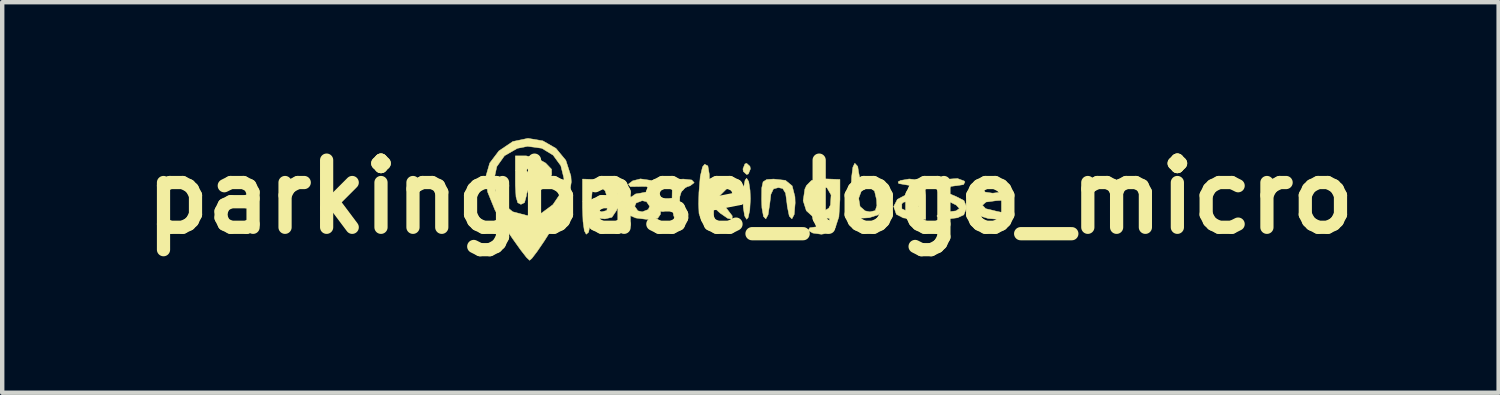
<source format=kicad_pcb>
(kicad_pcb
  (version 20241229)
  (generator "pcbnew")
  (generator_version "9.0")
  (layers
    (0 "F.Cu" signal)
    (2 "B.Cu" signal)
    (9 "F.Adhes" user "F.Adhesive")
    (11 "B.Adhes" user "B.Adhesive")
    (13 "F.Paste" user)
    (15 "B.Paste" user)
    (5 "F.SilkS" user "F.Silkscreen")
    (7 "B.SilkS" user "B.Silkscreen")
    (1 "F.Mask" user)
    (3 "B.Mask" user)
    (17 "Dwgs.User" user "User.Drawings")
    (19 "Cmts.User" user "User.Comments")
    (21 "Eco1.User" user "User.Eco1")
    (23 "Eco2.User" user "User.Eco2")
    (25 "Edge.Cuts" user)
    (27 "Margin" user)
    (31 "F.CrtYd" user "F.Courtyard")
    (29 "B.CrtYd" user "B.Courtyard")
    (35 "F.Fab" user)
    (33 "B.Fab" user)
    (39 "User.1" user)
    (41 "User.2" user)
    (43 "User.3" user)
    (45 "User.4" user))
  (footprint "parkingbase_logo_micro"
    (layer "F.Cu")
    (at 13.977 1.418)
    (property "Reference" "parkingbase_logo_micro" (at 0 0 0) (layer "F.SilkS") (effects (font (size 1.524 1.524) (thickness 0.3))))
    (attr through_hole)
    (fp_poly (pts (xy -0.01 -0.693) (xy 0 -0.635) (xy -0.046 -0.522) (xy -0.085 -0.508) (xy -0.16 -0.577) (xy -0.169 -0.635) (xy -0.124 -0.748) (xy -0.085 -0.762) (xy -0.01 -0.693)) (stroke (width 0.01) (type solid)) (fill yes) (layer "F.SilkS"))
    (fp_poly (pts (xy -0.038 -0.347) (xy -0.008 -0.149) (xy 0 0.042) (xy -0.014 0.297) (xy -0.05 0.466) (xy -0.085 0.508) (xy -0.131 0.431) (xy -0.162 0.234) (xy -0.169 0.042) (xy -0.155 -0.213) (xy -0.12 -0.382) (xy -0.085 -0.423) (xy -0.038 -0.347)) (stroke (width 0.01) (type solid)) (fill yes) (layer "F.SilkS"))
    (fp_poly (pts (xy -1.331 -0.384) (xy -1.275 -0.324) (xy -1.368 -0.252) (xy -1.439 -0.229) (xy -1.553 -0.162) (xy -1.601 -0.008) (xy -1.609 0.161) (xy -1.627 0.376) (xy -1.673 0.498) (xy -1.693 0.508) (xy -1.74 0.432) (xy -1.771 0.235) (xy -1.778 0.055) (xy -1.773 -0.206) (xy -1.743 -0.342) (xy -1.664 -0.394) (xy -1.524 -0.405) (xy -1.331 -0.384)) (stroke (width 0.01) (type solid)) (fill yes) (layer "F.SilkS"))
    (fp_poly (pts (xy 0.795 -0.376) (xy 0.948 -0.25) (xy 1.011 -0.003) (xy 1.016 0.137) (xy 0.994 0.398) (xy 0.942 0.498) (xy 0.882 0.436) (xy 0.836 0.211) (xy 0.83 0.148) (xy 0.799 -0.084) (xy 0.734 -0.19) (xy 0.635 -0.212) (xy 0.523 -0.181) (xy 0.465 -0.059) (xy 0.44 0.148) (xy 0.402 0.403) (xy 0.35 0.499) (xy 0.297 0.444) (xy 0.261 0.246) (xy 0.254 0.055) (xy 0.258 -0.206) (xy 0.288 -0.342) (xy 0.369 -0.394) (xy 0.527 -0.405) (xy 0.795 -0.376)) (stroke (width 0.01) (type solid)) (fill yes) (layer "F.SilkS"))
    (fp_poly (pts (xy -0.965 -0.703) (xy -0.933 -0.516) (xy -0.931 -0.416) (xy -0.931 -0.055) (xy -0.735 -0.239) (xy -0.553 -0.38) (xy -0.43 -0.425) (xy -0.396 -0.38) (xy -0.476 -0.251) (xy -0.53 -0.194) (xy -0.759 0.036) (xy -0.533 0.272) (xy -0.412 0.431) (xy -0.415 0.505) (xy -0.515 0.486) (xy -0.686 0.368) (xy -0.735 0.324) (xy -0.931 0.14) (xy -0.931 0.324) (xy -0.982 0.475) (xy -1.062 0.508) (xy -1.13 0.48) (xy -1.166 0.374) (xy -1.175 0.158) (xy -1.168 -0.099) (xy -1.138 -0.464) (xy -1.086 -0.682) (xy -1.037 -0.741) (xy -0.965 -0.703)) (stroke (width 0.01) (type solid)) (fill yes) (layer "F.SilkS"))
    (fp_poly (pts (xy -4.841 -0.877) (xy -4.645 -0.767) (xy -4.512 -0.628) (xy -4.509 -0.506) (xy -4.538 -0.45) (xy -4.689 -0.323) (xy -4.856 -0.27) (xy -5.027 -0.211) (xy -5.079 -0.064) (xy -5.08 -0.037) (xy -5.125 0.129) (xy -5.207 0.169) (xy -5.278 0.133) (xy -5.318 0.001) (xy -5.333 -0.256) (xy -5.334 -0.381) (xy -5.334 -0.593) (xy -5.08 -0.593) (xy -5.011 -0.518) (xy -4.953 -0.508) (xy -4.84 -0.554) (xy -4.826 -0.593) (xy -4.895 -0.668) (xy -4.953 -0.677) (xy -5.066 -0.632) (xy -5.08 -0.593) (xy -5.334 -0.593) (xy -5.334 -0.931) (xy -5.089 -0.931) (xy -4.841 -0.877)) (stroke (width 0.01) (type solid)) (fill yes) (layer "F.SilkS"))
    (fp_poly (pts (xy -3.452 -0.393) (xy -3.215 -0.369) (xy -3.087 -0.297) (xy -3.014 -0.152) (xy -2.986 0.148) (xy -3.035 0.302) (xy -3.142 0.462) (xy -3.301 0.499) (xy -3.389 0.49) (xy -3.567 0.482) (xy -3.633 0.554) (xy -3.641 0.65) (xy -3.672 0.802) (xy -3.725 0.847) (xy -3.768 0.768) (xy -3.798 0.555) (xy -3.81 0.244) (xy -3.81 0.221) (xy -3.81 0.099) (xy -3.613 0.099) (xy -3.531 0.271) (xy -3.376 0.339) (xy -3.261 0.309) (xy -3.226 0.189) (xy -3.233 0.064) (xy -3.295 -0.137) (xy -3.405 -0.239) (xy -3.523 -0.219) (xy -3.59 -0.119) (xy -3.613 0.099) (xy -3.81 0.099) (xy -3.81 -0.405) (xy -3.452 -0.393)) (stroke (width 0.01) (type solid)) (fill yes) (layer "F.SilkS"))
    (fp_poly (pts (xy 4.849 -0.362) (xy 4.868 -0.339) (xy 4.835 -0.279) (xy 4.671 -0.254) (xy 4.662 -0.254) (xy 4.46 -0.227) (xy 4.416 -0.158) (xy 4.53 -0.066) (xy 4.663 -0.011) (xy 4.847 0.084) (xy 4.9 0.216) (xy 4.896 0.273) (xy 4.842 0.407) (xy 4.7 0.473) (xy 4.551 0.492) (xy 4.339 0.488) (xy 4.236 0.442) (xy 4.233 0.428) (xy 4.307 0.365) (xy 4.484 0.339) (xy 4.487 0.339) (xy 4.666 0.317) (xy 4.741 0.263) (xy 4.741 0.262) (xy 4.67 0.185) (xy 4.498 0.101) (xy 4.487 0.097) (xy 4.285 -0.022) (xy 4.243 -0.175) (xy 4.335 -0.322) (xy 4.497 -0.403) (xy 4.697 -0.418) (xy 4.849 -0.362)) (stroke (width 0.01) (type solid)) (fill yes) (layer "F.SilkS"))
    (fp_poly (pts (xy -2.248 -0.373) (xy -2.094 -0.195) (xy -2.033 0.124) (xy -2.032 0.186) (xy -2.041 0.394) (xy -2.103 0.485) (xy -2.266 0.507) (xy -2.36 0.508) (xy -2.601 0.478) (xy -2.772 0.404) (xy -2.79 0.386) (xy -2.842 0.215) (xy -2.841 0.212) (xy -2.625 0.212) (xy -2.554 0.315) (xy -2.455 0.339) (xy -2.317 0.286) (xy -2.286 0.212) (xy -2.357 0.108) (xy -2.455 0.085) (xy -2.593 0.138) (xy -2.625 0.212) (xy -2.841 0.212) (xy -2.769 0.046) (xy -2.605 -0.067) (xy -2.495 -0.085) (xy -2.337 -0.117) (xy -2.286 -0.179) (xy -2.36 -0.238) (xy -2.542 -0.236) (xy -2.724 -0.233) (xy -2.769 -0.289) (xy -2.672 -0.364) (xy -2.495 -0.409) (xy -2.248 -0.373)) (stroke (width 0.01) (type solid)) (fill yes) (layer "F.SilkS"))
    (fp_poly (pts (xy 2.436 -0.69) (xy 2.455 -0.562) (xy 2.484 -0.417) (xy 2.603 -0.392) (xy 2.66 -0.401) (xy 2.842 -0.386) (xy 2.995 -0.239) (xy 3.014 -0.21) (xy 3.111 -0.032) (xy 3.105 0.11) (xy 3.04 0.243) (xy 2.903 0.405) (xy 2.695 0.472) (xy 2.6 0.478) (xy 2.286 0.491) (xy 2.286 0.031) (xy 2.457 0.031) (xy 2.488 0.217) (xy 2.601 0.316) (xy 2.712 0.339) (xy 2.833 0.311) (xy 2.87 0.198) (xy 2.863 0.064) (xy 2.816 -0.136) (xy 2.711 -0.209) (xy 2.668 -0.212) (xy 2.52 -0.142) (xy 2.457 0.031) (xy 2.286 0.031) (xy 2.286 -0.135) (xy 2.297 -0.452) (xy 2.325 -0.673) (xy 2.367 -0.762) (xy 2.371 -0.762) (xy 2.436 -0.69)) (stroke (width 0.01) (type solid)) (fill yes) (layer "F.SilkS"))
    (fp_poly (pts (xy 3.768 -0.389) (xy 3.895 -0.339) (xy 3.958 -0.239) (xy 3.978 -0.041) (xy 3.979 0.086) (xy 3.979 0.508) (xy 3.693 0.508) (xy 3.469 0.476) (xy 3.316 0.397) (xy 3.311 0.392) (xy 3.251 0.217) (xy 3.282 0.158) (xy 3.436 0.158) (xy 3.436 0.269) (xy 3.573 0.333) (xy 3.655 0.339) (xy 3.784 0.282) (xy 3.81 0.212) (xy 3.743 0.117) (xy 3.6 0.084) (xy 3.464 0.126) (xy 3.436 0.158) (xy 3.282 0.158) (xy 3.335 0.055) (xy 3.537 -0.051) (xy 3.567 -0.057) (xy 3.762 -0.122) (xy 3.793 -0.193) (xy 3.661 -0.253) (xy 3.535 -0.274) (xy 3.366 -0.303) (xy 3.351 -0.341) (xy 3.408 -0.373) (xy 3.604 -0.407) (xy 3.768 -0.389)) (stroke (width 0.01) (type solid)) (fill yes) (layer "F.SilkS"))
    (fp_poly (pts (xy 1.696 -0.409) (xy 2.032 -0.396) (xy 2.032 0.062) (xy 2.008 0.449) (xy 1.928 0.695) (xy 1.781 0.819) (xy 1.611 0.847) (xy 1.416 0.82) (xy 1.312 0.762) (xy 1.345 0.701) (xy 1.508 0.677) (xy 1.51 0.677) (xy 1.702 0.643) (xy 1.804 0.564) (xy 1.788 0.484) (xy 1.657 0.486) (xy 1.429 0.46) (xy 1.269 0.313) (xy 1.197 0.086) (xy 1.212 -0.014) (xy 1.439 -0.014) (xy 1.457 0.18) (xy 1.496 0.282) (xy 1.644 0.338) (xy 1.779 0.256) (xy 1.817 0.181) (xy 1.831 -0.045) (xy 1.738 -0.206) (xy 1.6 -0.254) (xy 1.478 -0.207) (xy 1.44 -0.04) (xy 1.439 -0.014) (xy 1.212 -0.014) (xy 1.236 -0.178) (xy 1.273 -0.259) (xy 1.385 -0.372) (xy 1.59 -0.41) (xy 1.696 -0.409)) (stroke (width 0.01) (type solid)) (fill yes) (layer "F.SilkS"))
    (fp_poly (pts (xy 5.731 -0.343) (xy 5.794 -0.29) (xy 5.923 -0.108) (xy 5.894 0.016) (xy 5.71 0.078) (xy 5.581 0.085) (xy 5.346 0.116) (xy 5.265 0.188) (xy 5.339 0.267) (xy 5.568 0.322) (xy 5.573 0.323) (xy 5.758 0.363) (xy 5.842 0.424) (xy 5.842 0.429) (xy 5.771 0.487) (xy 5.601 0.506) (xy 5.398 0.49) (xy 5.229 0.439) (xy 5.182 0.406) (xy 5.105 0.25) (xy 5.08 0.074) (xy 5.138 -0.169) (xy 5.292 -0.169) (xy 5.325 -0.11) (xy 5.491 -0.085) (xy 5.503 -0.085) (xy 5.675 -0.107) (xy 5.717 -0.165) (xy 5.715 -0.169) (xy 5.595 -0.241) (xy 5.503 -0.254) (xy 5.343 -0.214) (xy 5.292 -0.169) (xy 5.138 -0.169) (xy 5.142 -0.187) (xy 5.3 -0.358) (xy 5.511 -0.417) (xy 5.731 -0.343)) (stroke (width 0.01) (type solid)) (fill yes) (layer "F.SilkS"))
    (fp_poly (pts (xy -4.709 -1.272) (xy -4.412 -1.101) (xy -4.188 -0.83) (xy -4.073 -0.475) (xy -4.064 -0.339) (xy -4.104 -0.075) (xy -4.199 0.193) (xy -4.2 0.195) (xy -4.335 0.443) (xy -4.503 0.725) (xy -4.679 1.003) (xy -4.84 1.239) (xy -4.96 1.396) (xy -5.01 1.439) (xy -5.08 1.373) (xy -5.217 1.197) (xy -5.398 0.943) (xy -5.494 0.802) (xy -5.794 0.302) (xy -5.963 -0.113) (xy -5.996 -0.402) (xy -5.816 -0.402) (xy -5.772 -0.111) (xy -5.628 0.147) (xy -5.392 0.337) (xy -5.07 0.422) (xy -5.02 0.423) (xy -4.736 0.365) (xy -4.481 0.176) (xy -4.284 -0.116) (xy -4.231 -0.422) (xy -4.302 -0.709) (xy -4.476 -0.947) (xy -4.733 -1.104) (xy -5.055 -1.148) (xy -5.288 -1.102) (xy -5.58 -0.934) (xy -5.754 -0.689) (xy -5.816 -0.402) (xy -5.996 -0.402) (xy -6.003 -0.464) (xy -5.915 -0.768) (xy -5.707 -1.043) (xy -5.391 -1.257) (xy -5.047 -1.329) (xy -4.709 -1.272)) (stroke (width 0.01) (type solid)) (fill yes) (layer "F.SilkS")))
  (gr_rect
    (start -3 -3)
    (end 30.955 5.862)
    (stroke (width 0.1) (type default))
    (fill no)
    (layer "Edge.Cuts")))
</source>
